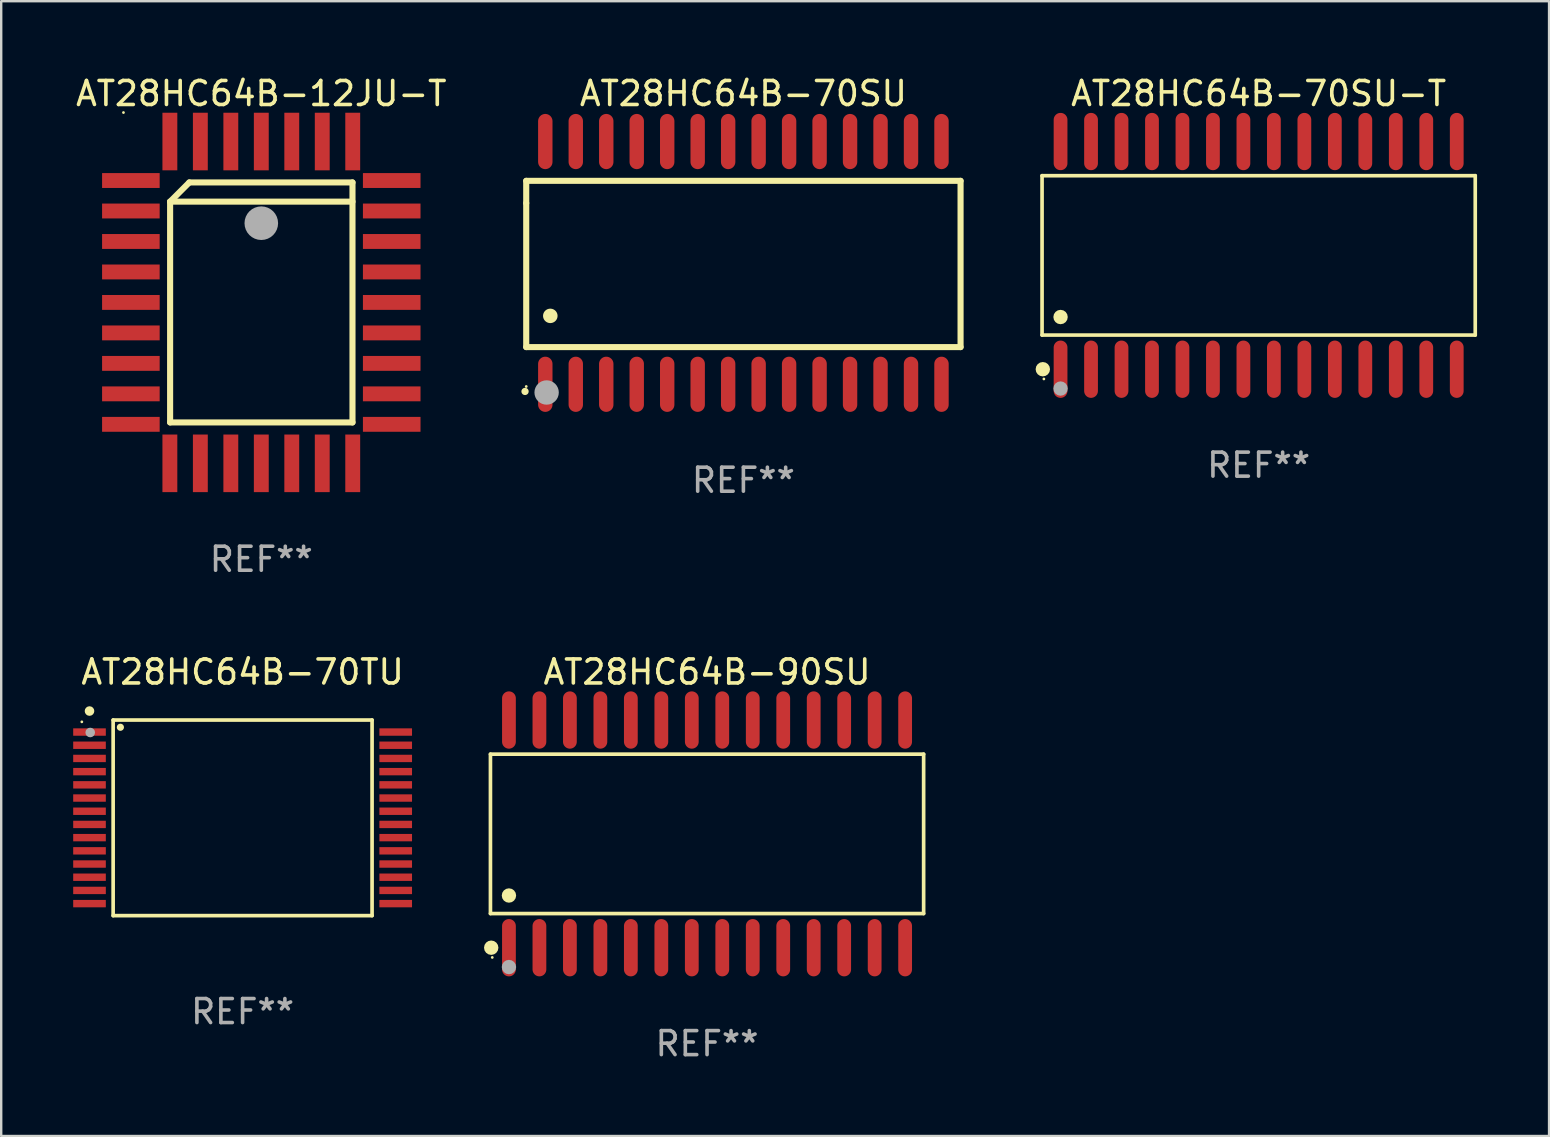
<source format=kicad_pcb>
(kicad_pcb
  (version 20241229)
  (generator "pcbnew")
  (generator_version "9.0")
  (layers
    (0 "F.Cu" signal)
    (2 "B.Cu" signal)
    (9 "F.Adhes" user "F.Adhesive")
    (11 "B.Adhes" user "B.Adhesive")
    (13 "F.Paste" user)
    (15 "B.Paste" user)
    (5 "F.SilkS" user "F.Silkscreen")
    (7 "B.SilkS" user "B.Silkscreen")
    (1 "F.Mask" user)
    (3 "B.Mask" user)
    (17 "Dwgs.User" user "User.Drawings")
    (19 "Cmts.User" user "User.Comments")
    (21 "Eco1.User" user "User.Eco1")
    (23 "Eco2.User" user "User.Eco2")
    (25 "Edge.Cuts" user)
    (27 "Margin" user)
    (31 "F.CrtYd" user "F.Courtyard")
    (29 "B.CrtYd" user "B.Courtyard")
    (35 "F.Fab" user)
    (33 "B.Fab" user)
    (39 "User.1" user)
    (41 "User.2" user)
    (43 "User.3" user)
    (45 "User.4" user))
  (footprint "AT28HC64B-90SU"
    (layer "F.Cu")
    (at 26.414 31.699)
    (property "Reference" "AT28HC64B-90SU" (at 0 -6.744 0) (layer "F.SilkS") (effects (font (size 1 1) (thickness 0.15))))
    (attr through_hole)
    (fp_line (start -9.026 -3.321) (end 9.026 -3.321) (stroke (width 0.152) (type solid)) (layer "F.SilkS"))
    (fp_line (start -9.026 3.321) (end -9.026 -3.321) (stroke (width 0.152) (type solid)) (layer "F.SilkS"))
    (fp_line (start 9.026 -3.321) (end 9.026 3.321) (stroke (width 0.152) (type solid)) (layer "F.SilkS"))
    (fp_line (start 9.026 3.321) (end -9.026 3.321) (stroke (width 0.152) (type solid)) (layer "F.SilkS"))
    (fp_circle (center -8.994 4.744) (end -8.844 4.744) (stroke (width 0.3) (type solid)) (fill no) (layer "F.SilkS"))
    (fp_circle (center -8.95 5.15) (end -8.92 5.15) (stroke (width 0.06) (type solid)) (fill no) (layer "F.SilkS"))
    (fp_circle (center -8.255 2.569) (end -8.105 2.569) (stroke (width 0.3) (type solid)) (fill no) (layer "F.SilkS"))
    (fp_circle (center -8.255 5.55) (end -8.105 5.55) (stroke (width 0.3) (type solid)) (fill no) (layer "F.Fab"))
    (fp_text user "REF**" (at 0 8.744 0) (layer "F.Fab") (effects (font (size 1 1) (thickness 0.15))))
    (pad "1" smd oval (at -8.255 4.744) (size 0.574 2.388) (layers "F.Cu" "F.Mask" "F.Paste"))
    (pad "2" smd oval (at -6.985 4.744) (size 0.574 2.388) (layers "F.Cu" "F.Mask" "F.Paste"))
    (pad "3" smd oval (at -5.715 4.744) (size 0.574 2.388) (layers "F.Cu" "F.Mask" "F.Paste"))
    (pad "4" smd oval (at -4.445 4.744) (size 0.574 2.388) (layers "F.Cu" "F.Mask" "F.Paste"))
    (pad "5" smd oval (at -3.175 4.744) (size 0.574 2.388) (layers "F.Cu" "F.Mask" "F.Paste"))
    (pad "6" smd oval (at -1.905 4.744) (size 0.574 2.388) (layers "F.Cu" "F.Mask" "F.Paste"))
    (pad "7" smd oval (at -0.635 4.744) (size 0.574 2.388) (layers "F.Cu" "F.Mask" "F.Paste"))
    (pad "8" smd oval (at 0.635 4.744) (size 0.574 2.388) (layers "F.Cu" "F.Mask" "F.Paste"))
    (pad "9" smd oval (at 1.905 4.744) (size 0.574 2.388) (layers "F.Cu" "F.Mask" "F.Paste"))
    (pad "10" smd oval (at 3.175 4.744) (size 0.574 2.388) (layers "F.Cu" "F.Mask" "F.Paste"))
    (pad "11" smd oval (at 4.445 4.744) (size 0.574 2.388) (layers "F.Cu" "F.Mask" "F.Paste"))
    (pad "12" smd oval (at 5.715 4.744) (size 0.574 2.388) (layers "F.Cu" "F.Mask" "F.Paste"))
    (pad "13" smd oval (at 6.985 4.744) (size 0.574 2.388) (layers "F.Cu" "F.Mask" "F.Paste"))
    (pad "14" smd oval (at 8.255 4.744) (size 0.574 2.388) (layers "F.Cu" "F.Mask" "F.Paste"))
    (pad "15" smd oval (at 8.255 -4.744) (size 0.574 2.388) (layers "F.Cu" "F.Mask" "F.Paste"))
    (pad "16" smd oval (at 6.985 -4.744) (size 0.574 2.388) (layers "F.Cu" "F.Mask" "F.Paste"))
    (pad "17" smd oval (at 5.715 -4.744) (size 0.574 2.388) (layers "F.Cu" "F.Mask" "F.Paste"))
    (pad "18" smd oval (at 4.445 -4.744) (size 0.574 2.388) (layers "F.Cu" "F.Mask" "F.Paste"))
    (pad "19" smd oval (at 3.175 -4.744) (size 0.574 2.388) (layers "F.Cu" "F.Mask" "F.Paste"))
    (pad "20" smd oval (at 1.905 -4.744) (size 0.574 2.388) (layers "F.Cu" "F.Mask" "F.Paste"))
    (pad "21" smd oval (at 0.635 -4.744) (size 0.574 2.388) (layers "F.Cu" "F.Mask" "F.Paste"))
    (pad "22" smd oval (at -0.635 -4.744) (size 0.574 2.388) (layers "F.Cu" "F.Mask" "F.Paste"))
    (pad "23" smd oval (at -1.905 -4.744) (size 0.574 2.388) (layers "F.Cu" "F.Mask" "F.Paste"))
    (pad "24" smd oval (at -3.175 -4.744) (size 0.574 2.388) (layers "F.Cu" "F.Mask" "F.Paste"))
    (pad "25" smd oval (at -4.445 -4.744) (size 0.574 2.388) (layers "F.Cu" "F.Mask" "F.Paste"))
    (pad "26" smd oval (at -5.715 -4.744) (size 0.574 2.388) (layers "F.Cu" "F.Mask" "F.Paste"))
    (pad "27" smd oval (at -6.985 -4.744) (size 0.574 2.388) (layers "F.Cu" "F.Mask" "F.Paste"))
    (pad "28" smd oval (at -8.255 -4.744) (size 0.574 2.388) (layers "F.Cu" "F.Mask" "F.Paste")))
  (footprint "AT28HC64B-12JU-T"
    (layer "F.Cu")
    (at 7.839 9.553)
    (property "Reference" "AT28HC64B-12JU-T" (at 0 -8.705 0) (layer "F.SilkS") (effects (font (size 1 1) (thickness 0.15))))
    (attr through_hole)
    (fp_line (start -3.8 -4.2) (end -3 -5) (stroke (width 0.254) (type solid)) (layer "F.SilkS"))
    (fp_line (start -3.8 -4.2) (end 3.8 -4.2) (stroke (width 0.254) (type solid)) (layer "F.SilkS"))
    (fp_line (start -3.8 5) (end -3.8 -4.2) (stroke (width 0.254) (type solid)) (layer "F.SilkS"))
    (fp_line (start -3 -5) (end 3.8 -5) (stroke (width 0.254) (type solid)) (layer "F.SilkS"))
    (fp_line (start 3.8 -5) (end 3.8 5) (stroke (width 0.254) (type solid)) (layer "F.SilkS"))
    (fp_line (start 3.8 5) (end -3.8 5) (stroke (width 0.254) (type solid)) (layer "F.SilkS"))
    (fp_arc (start 0.299721 -3.294387) (mid 0.29971 -3.296927) (end 0.299721 -3.299467) (stroke (width 0.6) (type solid)) (layer "F.SilkS"))
    (fp_circle (center -5.744 -7.913) (end -5.714 -7.913) (stroke (width 0.06) (type solid)) (fill no) (layer "F.SilkS"))
    (fp_circle (center 0 -3.302) (end 0.35 -3.302) (stroke (width 0.7) (type solid)) (fill no) (layer "F.Fab"))
    (fp_text user "REF**" (at 0 10.705 0) (layer "F.Fab") (effects (font (size 1 1) (thickness 0.15))))
    (pad "1" smd rect (at 0 -6.705 180) (size 0.62 2.4) (layers "F.Cu" "F.Mask" "F.Paste"))
    (pad "2" smd rect (at -1.27 -6.705 180) (size 0.62 2.4) (layers "F.Cu" "F.Mask" "F.Paste"))
    (pad "3" smd rect (at -2.54 -6.705 180) (size 0.62 2.4) (layers "F.Cu" "F.Mask" "F.Paste"))
    (pad "4" smd rect (at -3.81 -6.705 180) (size 0.62 2.4) (layers "F.Cu" "F.Mask" "F.Paste"))
    (pad "5" smd rect (at -5.435 -5.08 270) (size 0.62 2.4) (layers "F.Cu" "F.Mask" "F.Paste"))
    (pad "6" smd rect (at -5.435 -3.81 270) (size 0.62 2.4) (layers "F.Cu" "F.Mask" "F.Paste"))
    (pad "7" smd rect (at -5.435 -2.54 270) (size 0.62 2.4) (layers "F.Cu" "F.Mask" "F.Paste"))
    (pad "8" smd rect (at -5.435 -1.27 270) (size 0.62 2.4) (layers "F.Cu" "F.Mask" "F.Paste"))
    (pad "9" smd rect (at -5.435 0 270) (size 0.62 2.4) (layers "F.Cu" "F.Mask" "F.Paste"))
    (pad "10" smd rect (at -5.435 1.27 270) (size 0.62 2.4) (layers "F.Cu" "F.Mask" "F.Paste"))
    (pad "11" smd rect (at -5.435 2.54 270) (size 0.62 2.4) (layers "F.Cu" "F.Mask" "F.Paste"))
    (pad "12" smd rect (at -5.435 3.81 270) (size 0.62 2.4) (layers "F.Cu" "F.Mask" "F.Paste"))
    (pad "13" smd rect (at -5.435 5.08 270) (size 0.62 2.4) (layers "F.Cu" "F.Mask" "F.Paste"))
    (pad "14" smd rect (at -3.81 6.705) (size 0.62 2.4) (layers "F.Cu" "F.Mask" "F.Paste"))
    (pad "15" smd rect (at -2.54 6.705) (size 0.62 2.4) (layers "F.Cu" "F.Mask" "F.Paste"))
    (pad "16" smd rect (at -1.27 6.705) (size 0.62 2.4) (layers "F.Cu" "F.Mask" "F.Paste"))
    (pad "17" smd rect (at 0 6.705) (size 0.62 2.4) (layers "F.Cu" "F.Mask" "F.Paste"))
    (pad "18" smd rect (at 1.27 6.705) (size 0.62 2.4) (layers "F.Cu" "F.Mask" "F.Paste"))
    (pad "19" smd rect (at 2.54 6.705) (size 0.62 2.4) (layers "F.Cu" "F.Mask" "F.Paste"))
    (pad "20" smd rect (at 3.81 6.705) (size 0.62 2.4) (layers "F.Cu" "F.Mask" "F.Paste"))
    (pad "21" smd rect (at 5.435 5.08 90) (size 0.62 2.4) (layers "F.Cu" "F.Mask" "F.Paste"))
    (pad "22" smd rect (at 5.435 3.81 90) (size 0.62 2.4) (layers "F.Cu" "F.Mask" "F.Paste"))
    (pad "23" smd rect (at 5.435 2.54 90) (size 0.62 2.4) (layers "F.Cu" "F.Mask" "F.Paste"))
    (pad "24" smd rect (at 5.435 1.27 90) (size 0.62 2.4) (layers "F.Cu" "F.Mask" "F.Paste"))
    (pad "25" smd rect (at 5.435 0 90) (size 0.62 2.4) (layers "F.Cu" "F.Mask" "F.Paste"))
    (pad "26" smd rect (at 5.435 -1.27 90) (size 0.62 2.4) (layers "F.Cu" "F.Mask" "F.Paste"))
    (pad "27" smd rect (at 5.435 -2.54 90) (size 0.62 2.4) (layers "F.Cu" "F.Mask" "F.Paste"))
    (pad "28" smd rect (at 5.435 -3.81 90) (size 0.62 2.4) (layers "F.Cu" "F.Mask" "F.Paste"))
    (pad "29" smd rect (at 5.435 -5.08 90) (size 0.62 2.4) (layers "F.Cu" "F.Mask" "F.Paste"))
    (pad "30" smd rect (at 3.81 -6.705) (size 0.62 2.4) (layers "F.Cu" "F.Mask" "F.Paste"))
    (pad "31" smd rect (at 2.54 -6.705) (size 0.62 2.4) (layers "F.Cu" "F.Mask" "F.Paste"))
    (pad "32" smd rect (at 1.27 -6.705) (size 0.62 2.4) (layers "F.Cu" "F.Mask" "F.Paste")))
  (footprint "AT28HC64B-70SU-T"
    (layer "F.Cu")
    (at 49.401 7.592)
    (property "Reference" "AT28HC64B-70SU-T" (at 0 -6.744 0) (layer "F.SilkS") (effects (font (size 1 1) (thickness 0.15))))
    (attr through_hole)
    (fp_line (start -9.026 -3.321) (end 9.026 -3.321) (stroke (width 0.152) (type solid)) (layer "F.SilkS"))
    (fp_line (start -9.026 3.321) (end -9.026 -3.321) (stroke (width 0.152) (type solid)) (layer "F.SilkS"))
    (fp_line (start 9.026 -3.321) (end 9.026 3.321) (stroke (width 0.152) (type solid)) (layer "F.SilkS"))
    (fp_line (start 9.026 3.321) (end -9.026 3.321) (stroke (width 0.152) (type solid)) (layer "F.SilkS"))
    (fp_circle (center -8.994 4.744) (end -8.844 4.744) (stroke (width 0.3) (type solid)) (fill no) (layer "F.SilkS"))
    (fp_circle (center -8.95 5.15) (end -8.92 5.15) (stroke (width 0.06) (type solid)) (fill no) (layer "F.SilkS"))
    (fp_circle (center -8.255 2.569) (end -8.105 2.569) (stroke (width 0.3) (type solid)) (fill no) (layer "F.SilkS"))
    (fp_circle (center -8.255 5.55) (end -8.105 5.55) (stroke (width 0.3) (type solid)) (fill no) (layer "F.Fab"))
    (fp_text user "REF**" (at 0 8.744 0) (layer "F.Fab") (effects (font (size 1 1) (thickness 0.15))))
    (pad "1" smd oval (at -8.255 4.744) (size 0.574 2.388) (layers "F.Cu" "F.Mask" "F.Paste"))
    (pad "2" smd oval (at -6.985 4.744) (size 0.574 2.388) (layers "F.Cu" "F.Mask" "F.Paste"))
    (pad "3" smd oval (at -5.715 4.744) (size 0.574 2.388) (layers "F.Cu" "F.Mask" "F.Paste"))
    (pad "4" smd oval (at -4.445 4.744) (size 0.574 2.388) (layers "F.Cu" "F.Mask" "F.Paste"))
    (pad "5" smd oval (at -3.175 4.744) (size 0.574 2.388) (layers "F.Cu" "F.Mask" "F.Paste"))
    (pad "6" smd oval (at -1.905 4.744) (size 0.574 2.388) (layers "F.Cu" "F.Mask" "F.Paste"))
    (pad "7" smd oval (at -0.635 4.744) (size 0.574 2.388) (layers "F.Cu" "F.Mask" "F.Paste"))
    (pad "8" smd oval (at 0.635 4.744) (size 0.574 2.388) (layers "F.Cu" "F.Mask" "F.Paste"))
    (pad "9" smd oval (at 1.905 4.744) (size 0.574 2.388) (layers "F.Cu" "F.Mask" "F.Paste"))
    (pad "10" smd oval (at 3.175 4.744) (size 0.574 2.388) (layers "F.Cu" "F.Mask" "F.Paste"))
    (pad "11" smd oval (at 4.445 4.744) (size 0.574 2.388) (layers "F.Cu" "F.Mask" "F.Paste"))
    (pad "12" smd oval (at 5.715 4.744) (size 0.574 2.388) (layers "F.Cu" "F.Mask" "F.Paste"))
    (pad "13" smd oval (at 6.985 4.744) (size 0.574 2.388) (layers "F.Cu" "F.Mask" "F.Paste"))
    (pad "14" smd oval (at 8.255 4.744) (size 0.574 2.388) (layers "F.Cu" "F.Mask" "F.Paste"))
    (pad "15" smd oval (at 8.255 -4.744) (size 0.574 2.388) (layers "F.Cu" "F.Mask" "F.Paste"))
    (pad "16" smd oval (at 6.985 -4.744) (size 0.574 2.388) (layers "F.Cu" "F.Mask" "F.Paste"))
    (pad "17" smd oval (at 5.715 -4.744) (size 0.574 2.388) (layers "F.Cu" "F.Mask" "F.Paste"))
    (pad "18" smd oval (at 4.445 -4.744) (size 0.574 2.388) (layers "F.Cu" "F.Mask" "F.Paste"))
    (pad "19" smd oval (at 3.175 -4.744) (size 0.574 2.388) (layers "F.Cu" "F.Mask" "F.Paste"))
    (pad "20" smd oval (at 1.905 -4.744) (size 0.574 2.388) (layers "F.Cu" "F.Mask" "F.Paste"))
    (pad "21" smd oval (at 0.635 -4.744) (size 0.574 2.388) (layers "F.Cu" "F.Mask" "F.Paste"))
    (pad "22" smd oval (at -0.635 -4.744) (size 0.574 2.388) (layers "F.Cu" "F.Mask" "F.Paste"))
    (pad "23" smd oval (at -1.905 -4.744) (size 0.574 2.388) (layers "F.Cu" "F.Mask" "F.Paste"))
    (pad "24" smd oval (at -3.175 -4.744) (size 0.574 2.388) (layers "F.Cu" "F.Mask" "F.Paste"))
    (pad "25" smd oval (at -4.445 -4.744) (size 0.574 2.388) (layers "F.Cu" "F.Mask" "F.Paste"))
    (pad "26" smd oval (at -5.715 -4.744) (size 0.574 2.388) (layers "F.Cu" "F.Mask" "F.Paste"))
    (pad "27" smd oval (at -6.985 -4.744) (size 0.574 2.388) (layers "F.Cu" "F.Mask" "F.Paste"))
    (pad "28" smd oval (at -8.255 -4.744) (size 0.574 2.388) (layers "F.Cu" "F.Mask" "F.Paste")))
  (footprint "AT28HC64B-70SU"
    (layer "F.Cu")
    (at 27.929 7.906)
    (property "Reference" "AT28HC64B-70SU" (at 0 -7.058 0) (layer "F.SilkS") (effects (font (size 1 1) (thickness 0.15))))
    (attr through_hole)
    (fp_line (start -9.05 -3.42) (end 9.05 -3.42) (stroke (width 0.254) (type solid)) (layer "F.SilkS"))
    (fp_line (start -9.05 -2.492) (end -9.05 -3.42) (stroke (width 0.254) (type solid)) (layer "F.SilkS"))
    (fp_line (start -9.05 3.508) (end -9.05 -2.492) (stroke (width 0.254) (type solid)) (layer "F.SilkS"))
    (fp_line (start 9.05 -3.42) (end 9.05 3.508) (stroke (width 0.254) (type solid)) (layer "F.SilkS"))
    (fp_line (start 9.05 3.508) (end -9.05 3.508) (stroke (width 0.254) (type solid)) (layer "F.SilkS"))
    (fp_arc (start -9.100838 5.35649) (mid -9.099568 5.356485) (end -9.098298 5.35649) (stroke (width 0.3) (type solid)) (layer "F.SilkS"))
    (fp_arc (start -8.049276 2.206883) (mid -8.046736 2.206872) (end -8.044196 2.206883) (stroke (width 0.6) (type solid)) (layer "F.SilkS"))
    (fp_circle (center -9.05 5.15) (end -9.02 5.15) (stroke (width 0.06) (type solid)) (fill no) (layer "F.SilkS"))
    (fp_circle (center -8.2 5.4) (end -7.946 5.4) (stroke (width 0.508) (type solid)) (fill no) (layer "F.Fab"))
    (fp_text user "REF**" (at 0 9.058 0) (layer "F.Fab") (effects (font (size 1 1) (thickness 0.15))))
    (pad "1" smd oval (at -8.255 5.058 180) (size 0.6 2.3) (layers "F.Cu" "F.Mask" "F.Paste"))
    (pad "2" smd oval (at -6.985 5.058 180) (size 0.6 2.3) (layers "F.Cu" "F.Mask" "F.Paste"))
    (pad "3" smd oval (at -5.715 5.058 180) (size 0.6 2.3) (layers "F.Cu" "F.Mask" "F.Paste"))
    (pad "4" smd oval (at -4.445 5.058 180) (size 0.6 2.3) (layers "F.Cu" "F.Mask" "F.Paste"))
    (pad "5" smd oval (at -3.175 5.058 180) (size 0.6 2.3) (layers "F.Cu" "F.Mask" "F.Paste"))
    (pad "6" smd oval (at -1.905 5.058 180) (size 0.6 2.3) (layers "F.Cu" "F.Mask" "F.Paste"))
    (pad "7" smd oval (at -0.635 5.058 180) (size 0.6 2.3) (layers "F.Cu" "F.Mask" "F.Paste"))
    (pad "8" smd oval (at 0.635 5.058 180) (size 0.6 2.3) (layers "F.Cu" "F.Mask" "F.Paste"))
    (pad "9" smd oval (at 1.905 5.058 180) (size 0.6 2.3) (layers "F.Cu" "F.Mask" "F.Paste"))
    (pad "10" smd oval (at 3.175 5.058 180) (size 0.6 2.3) (layers "F.Cu" "F.Mask" "F.Paste"))
    (pad "11" smd oval (at 4.445 5.058 180) (size 0.6 2.3) (layers "F.Cu" "F.Mask" "F.Paste"))
    (pad "12" smd oval (at 5.715 5.058 180) (size 0.6 2.3) (layers "F.Cu" "F.Mask" "F.Paste"))
    (pad "13" smd oval (at 6.985 5.058 180) (size 0.6 2.3) (layers "F.Cu" "F.Mask" "F.Paste"))
    (pad "14" smd oval (at 8.255 5.058 180) (size 0.6 2.3) (layers "F.Cu" "F.Mask" "F.Paste"))
    (pad "15" smd oval (at 8.255 -5.058 180) (size 0.6 2.3) (layers "F.Cu" "F.Mask" "F.Paste"))
    (pad "16" smd oval (at 6.985 -5.058 180) (size 0.6 2.3) (layers "F.Cu" "F.Mask" "F.Paste"))
    (pad "17" smd oval (at 5.715 -5.058 180) (size 0.6 2.3) (layers "F.Cu" "F.Mask" "F.Paste"))
    (pad "18" smd oval (at 4.445 -5.058 180) (size 0.6 2.3) (layers "F.Cu" "F.Mask" "F.Paste"))
    (pad "19" smd oval (at 3.175 -5.058 180) (size 0.6 2.3) (layers "F.Cu" "F.Mask" "F.Paste"))
    (pad "20" smd oval (at 1.905 -5.058 180) (size 0.6 2.3) (layers "F.Cu" "F.Mask" "F.Paste"))
    (pad "21" smd oval (at 0.635 -5.058 180) (size 0.6 2.3) (layers "F.Cu" "F.Mask" "F.Paste"))
    (pad "22" smd oval (at -0.635 -5.058 180) (size 0.6 2.3) (layers "F.Cu" "F.Mask" "F.Paste"))
    (pad "23" smd oval (at -1.905 -5.058 180) (size 0.6 2.3) (layers "F.Cu" "F.Mask" "F.Paste"))
    (pad "24" smd oval (at -3.175 -5.058 180) (size 0.6 2.3) (layers "F.Cu" "F.Mask" "F.Paste"))
    (pad "25" smd oval (at -4.445 -5.058 180) (size 0.6 2.3) (layers "F.Cu" "F.Mask" "F.Paste"))
    (pad "26" smd oval (at -5.715 -5.058 180) (size 0.6 2.3) (layers "F.Cu" "F.Mask" "F.Paste"))
    (pad "27" smd oval (at -6.985 -5.058 180) (size 0.6 2.3) (layers "F.Cu" "F.Mask" "F.Paste"))
    (pad "28" smd oval (at -8.255 -5.058 180) (size 0.6 2.3) (layers "F.Cu" "F.Mask" "F.Paste")))
  (footprint "AT28HC64B-70TU"
    (layer "F.Cu")
    (at 7.06 31.031)
    (property "Reference" "AT28HC64B-70TU" (at 0 -6.076 0) (layer "F.SilkS") (effects (font (size 1 1) (thickness 0.15))))
    (attr through_hole)
    (fp_line (start -5.395 -4.076) (end 5.395 -4.076) (stroke (width 0.152) (type solid)) (layer "F.SilkS"))
    (fp_line (start -5.395 4.076) (end -5.395 -4.076) (stroke (width 0.152) (type solid)) (layer "F.SilkS"))
    (fp_line (start 5.395 -4.076) (end 5.395 4.076) (stroke (width 0.152) (type solid)) (layer "F.SilkS"))
    (fp_line (start 5.395 4.076) (end -5.395 4.076) (stroke (width 0.152) (type solid)) (layer "F.SilkS"))
    (fp_circle (center -6.7 -4) (end -6.67 -4) (stroke (width 0.06) (type solid)) (fill no) (layer "F.SilkS"))
    (fp_circle (center -6.38 -4.45) (end -6.28 -4.45) (stroke (width 0.2) (type solid)) (fill no) (layer "F.SilkS"))
    (fp_circle (center -5.093 -3.774) (end -5.018 -3.774) (stroke (width 0.15) (type solid)) (fill no) (layer "F.SilkS"))
    (fp_circle (center -6.35 -3.556) (end -6.25 -3.556) (stroke (width 0.2) (type solid)) (fill no) (layer "F.Fab"))
    (fp_text user "REF**" (at 0 8.076 0) (layer "F.Fab") (effects (font (size 1 1) (thickness 0.15))))
    (pad "1" smd rect (at -6.38 -3.575) (size 1.36 0.308) (layers "F.Cu" "F.Mask" "F.Paste"))
    (pad "2" smd rect (at -6.38 -3.025) (size 1.36 0.308) (layers "F.Cu" "F.Mask" "F.Paste"))
    (pad "3" smd rect (at -6.38 -2.475) (size 1.36 0.308) (layers "F.Cu" "F.Mask" "F.Paste"))
    (pad "4" smd rect (at -6.38 -1.925) (size 1.36 0.308) (layers "F.Cu" "F.Mask" "F.Paste"))
    (pad "5" smd rect (at -6.38 -1.375) (size 1.36 0.308) (layers "F.Cu" "F.Mask" "F.Paste"))
    (pad "6" smd rect (at -6.38 -0.825) (size 1.36 0.308) (layers "F.Cu" "F.Mask" "F.Paste"))
    (pad "7" smd rect (at -6.38 -0.275) (size 1.36 0.308) (layers "F.Cu" "F.Mask" "F.Paste"))
    (pad "8" smd rect (at -6.38 0.275) (size 1.36 0.308) (layers "F.Cu" "F.Mask" "F.Paste"))
    (pad "9" smd rect (at -6.38 0.825) (size 1.36 0.308) (layers "F.Cu" "F.Mask" "F.Paste"))
    (pad "10" smd rect (at -6.38 1.375) (size 1.36 0.308) (layers "F.Cu" "F.Mask" "F.Paste"))
    (pad "11" smd rect (at -6.38 1.925) (size 1.36 0.308) (layers "F.Cu" "F.Mask" "F.Paste"))
    (pad "12" smd rect (at -6.38 2.475) (size 1.36 0.308) (layers "F.Cu" "F.Mask" "F.Paste"))
    (pad "13" smd rect (at -6.38 3.025) (size 1.36 0.308) (layers "F.Cu" "F.Mask" "F.Paste"))
    (pad "14" smd rect (at -6.38 3.575) (size 1.36 0.308) (layers "F.Cu" "F.Mask" "F.Paste"))
    (pad "15" smd rect (at 6.38 3.575) (size 1.36 0.308) (layers "F.Cu" "F.Mask" "F.Paste"))
    (pad "16" smd rect (at 6.38 3.025) (size 1.36 0.308) (layers "F.Cu" "F.Mask" "F.Paste"))
    (pad "17" smd rect (at 6.38 2.475) (size 1.36 0.308) (layers "F.Cu" "F.Mask" "F.Paste"))
    (pad "18" smd rect (at 6.38 1.925) (size 1.36 0.308) (layers "F.Cu" "F.Mask" "F.Paste"))
    (pad "19" smd rect (at 6.38 1.375) (size 1.36 0.308) (layers "F.Cu" "F.Mask" "F.Paste"))
    (pad "20" smd rect (at 6.38 0.825) (size 1.36 0.308) (layers "F.Cu" "F.Mask" "F.Paste"))
    (pad "21" smd rect (at 6.38 0.275) (size 1.36 0.308) (layers "F.Cu" "F.Mask" "F.Paste"))
    (pad "22" smd rect (at 6.38 -0.275) (size 1.36 0.308) (layers "F.Cu" "F.Mask" "F.Paste"))
    (pad "23" smd rect (at 6.38 -0.825) (size 1.36 0.308) (layers "F.Cu" "F.Mask" "F.Paste"))
    (pad "24" smd rect (at 6.38 -1.375) (size 1.36 0.308) (layers "F.Cu" "F.Mask" "F.Paste"))
    (pad "25" smd rect (at 6.38 -1.925) (size 1.36 0.308) (layers "F.Cu" "F.Mask" "F.Paste"))
    (pad "26" smd rect (at 6.38 -2.475) (size 1.36 0.308) (layers "F.Cu" "F.Mask" "F.Paste"))
    (pad "27" smd rect (at 6.38 -3.025) (size 1.36 0.308) (layers "F.Cu" "F.Mask" "F.Paste"))
    (pad "28" smd rect (at 6.38 -3.575) (size 1.36 0.308) (layers "F.Cu" "F.Mask" "F.Paste")))
  (gr_rect
    (start -3 -3)
    (end 61.503 44.291)
    (stroke (width 0.1) (type default))
    (fill no)
    (layer "Edge.Cuts")))
</source>
